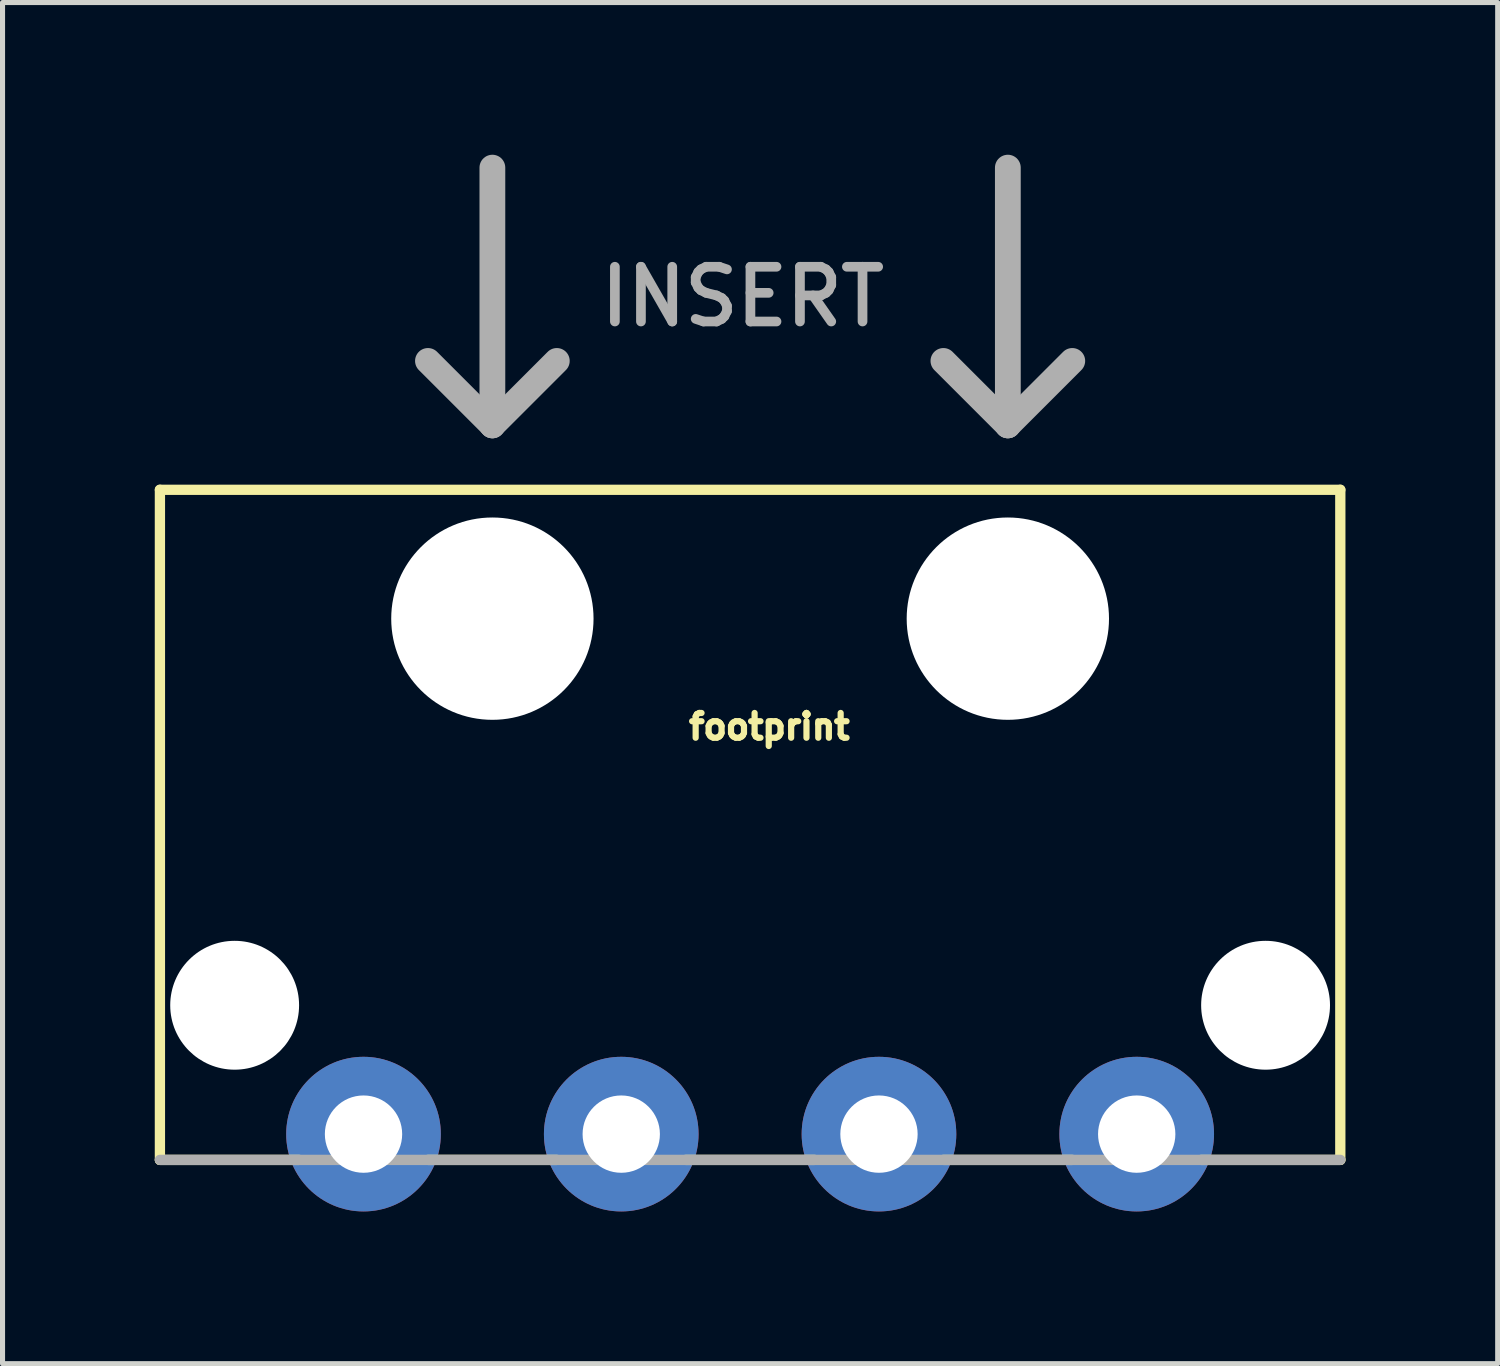
<source format=kicad_pcb>
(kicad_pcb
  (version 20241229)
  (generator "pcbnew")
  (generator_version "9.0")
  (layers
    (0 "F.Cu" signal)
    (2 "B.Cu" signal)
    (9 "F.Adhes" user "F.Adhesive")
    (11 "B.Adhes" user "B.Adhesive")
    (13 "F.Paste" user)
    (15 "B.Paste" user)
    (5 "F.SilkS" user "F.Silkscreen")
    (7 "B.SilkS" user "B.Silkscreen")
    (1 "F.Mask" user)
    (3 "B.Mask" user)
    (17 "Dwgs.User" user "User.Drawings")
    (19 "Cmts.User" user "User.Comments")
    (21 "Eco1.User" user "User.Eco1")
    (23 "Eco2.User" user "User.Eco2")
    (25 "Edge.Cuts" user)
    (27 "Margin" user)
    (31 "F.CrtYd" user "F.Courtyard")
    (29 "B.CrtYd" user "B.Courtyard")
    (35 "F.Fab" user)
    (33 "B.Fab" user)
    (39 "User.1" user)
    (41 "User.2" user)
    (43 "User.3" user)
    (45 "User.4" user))
  (footprint "footprint"
    (layer "F.Cu")
    (at 11.735 16.764)
    (property "Reference" "footprint" (at -1.27 -5.207 0) (layer "F.SilkS") (effects (font (size 0.488 0.488) (thickness 0.122)) (justify left bottom)))
    (fp_line (start -11.633 -10.16) (end 11.633 -10.16) (stroke (width 0.203) (type solid)) (layer "F.SilkS"))
    (fp_line (start -11.633 3.048) (end -11.633 -10.16) (stroke (width 0.203) (type solid)) (layer "F.SilkS"))
    (fp_line (start -11.633 3.048) (end -8.89 3.048) (stroke (width 0.203) (type solid)) (layer "F.SilkS"))
    (fp_line (start -6.35 3.048) (end -3.81 3.048) (stroke (width 0.203) (type solid)) (layer "F.SilkS"))
    (fp_line (start -1.27 3.048) (end 1.27 3.048) (stroke (width 0.203) (type solid)) (layer "F.SilkS"))
    (fp_line (start 3.81 3.048) (end 6.35 3.048) (stroke (width 0.203) (type solid)) (layer "F.SilkS"))
    (fp_line (start 11.633 -10.16) (end 11.633 3.048) (stroke (width 0.203) (type solid)) (layer "F.SilkS"))
    (fp_line (start 11.633 3.048) (end 8.89 3.048) (stroke (width 0.203) (type solid)) (layer "F.SilkS"))
    (fp_line (start -5.08 -16.51) (end -5.08 -11.43) (stroke (width 0.508) (type solid)) (layer "F.Fab"))
    (fp_line (start -5.08 -11.43) (end -6.35 -12.7) (stroke (width 0.508) (type solid)) (layer "F.Fab"))
    (fp_line (start -5.08 -11.43) (end -3.81 -12.7) (stroke (width 0.508) (type solid)) (layer "F.Fab"))
    (fp_line (start 5.08 -16.51) (end 5.08 -11.43) (stroke (width 0.508) (type solid)) (layer "F.Fab"))
    (fp_line (start 5.08 -11.43) (end 3.81 -12.7) (stroke (width 0.508) (type solid)) (layer "F.Fab"))
    (fp_line (start 5.08 -11.43) (end 6.35 -12.7) (stroke (width 0.508) (type solid)) (layer "F.Fab"))
    (fp_line (start 11.633 3.048) (end -11.633 3.048) (stroke (width 0.203) (type solid)) (layer "F.Fab"))
    (fp_text user "INSERT" (at -3.048 -13.335 0) (layer "F.Fab") (effects (font (size 1.079 1.079) (thickness 0.191)) (justify left bottom)))
    (pad "" np_thru_hole circle (at -10.16 0) (size 2.54 2.54) (drill 2.54) (layers "*.Cu" "*.Mask"))
    (pad "" np_thru_hole circle (at -5.08 -7.62) (size 3.988 3.988) (drill 3.988) (layers "*.Cu" "*.Mask"))
    (pad "" np_thru_hole circle (at 5.08 -7.62) (size 3.988 3.988) (drill 3.988) (layers "*.Cu" "*.Mask"))
    (pad "" np_thru_hole circle (at 10.16 0) (size 2.54 2.54) (drill 2.54) (layers "*.Cu" "*.Mask"))
    (pad "5V" thru_hole circle (at -7.62 2.54) (size 3.048 3.048) (drill 1.524) (layers "*.Cu" "*.Mask"))
    (pad "12V" thru_hole circle (at 7.62 2.54) (size 3.048 3.048) (drill 1.524) (layers "*.Cu" "*.Mask"))
    (pad "GND" thru_hole circle (at -2.54 2.54) (size 3.048 3.048) (drill 1.524) (layers "*.Cu" "*.Mask"))
    (pad "NC" thru_hole circle (at 2.54 2.54) (size 3.048 3.048) (drill 1.524) (layers "*.Cu" "*.Mask")))
  (gr_rect
    (start -3 -3)
    (end 26.47 23.828)
    (stroke (width 0.1) (type default))
    (fill no)
    (layer "Edge.Cuts")))
</source>
